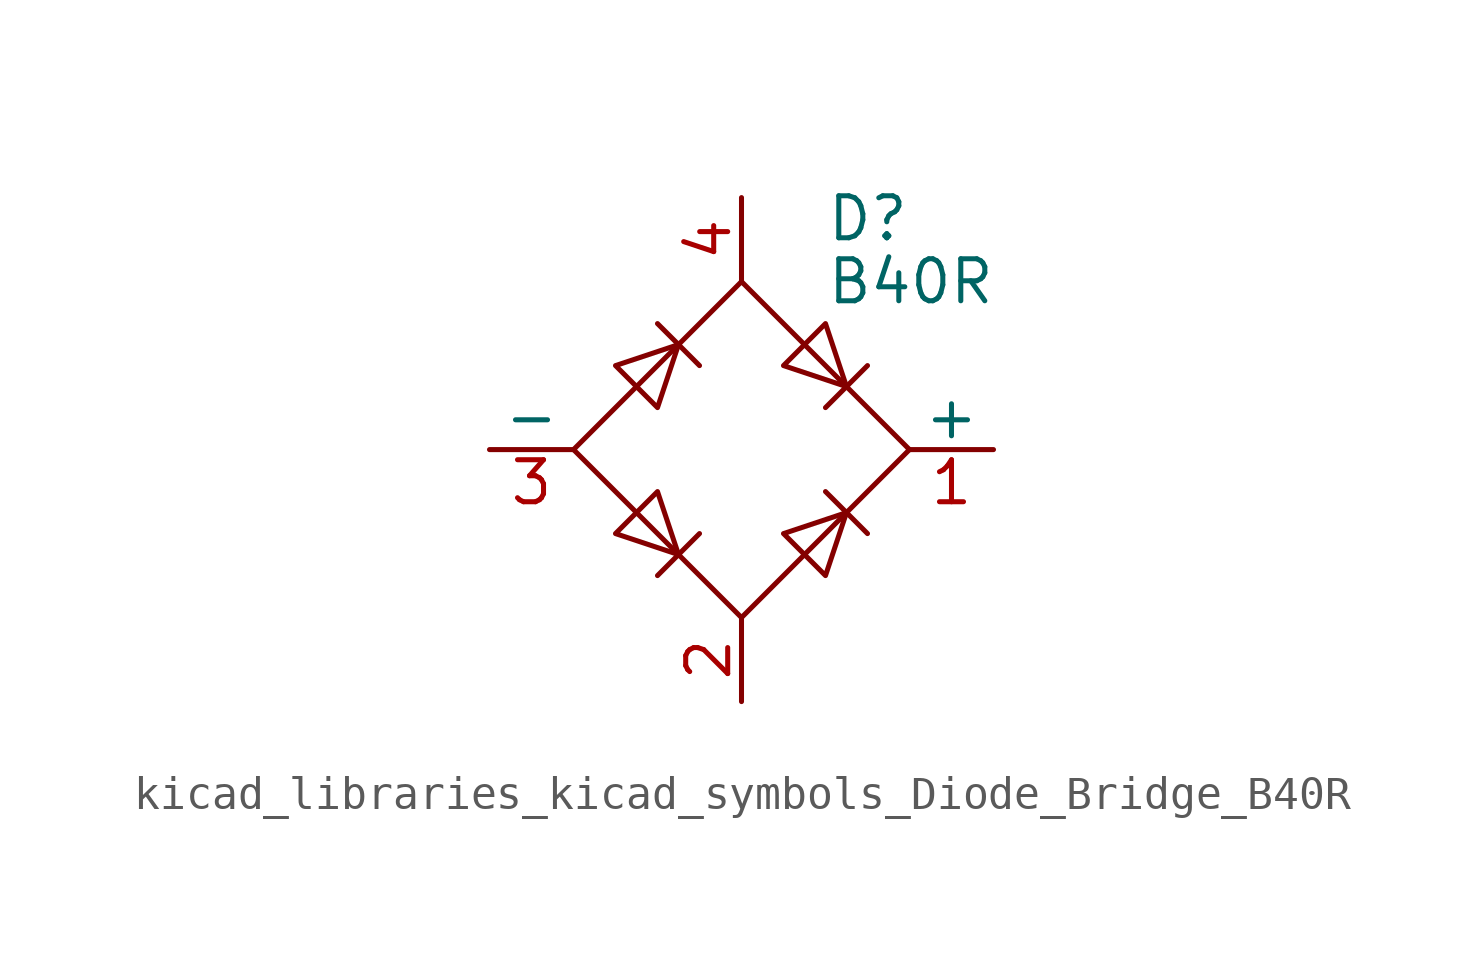
<source format=kicad_sym>
(kicad_symbol_lib
  (version 20220914)
  (generator kicad_symbol_editor)
  (symbol "kicad_libraries_kicad_symbols_Diode_Bridge_B40R"
    (pin_names
      (offset 0))
    (property "Reference" "D"
      (at 2.54 6.985 0)
      (effects (font (size 1.27 1.27)) (justify left)))
    (property "Value" "B40R"
      (at 2.54 5.08 0)
      (effects (font (size 1.27 1.27)) (justify left)))
    (symbol "kicad_libraries_kicad_symbols_Diode_Bridge_B40R_0_1"
      (polyline (pts (xy -2.54 3.81) (xy -1.27 2.54)) (stroke (width 0) (type default)) (fill (type none)))
      (polyline (pts (xy -1.27 -2.54) (xy -2.54 -3.81)) (stroke (width 0) (type default)) (fill (type none)))
      (polyline (pts (xy 2.54 -1.27) (xy 3.81 -2.54)) (stroke (width 0) (type default)) (fill (type none)))
      (polyline (pts (xy 2.54 1.27) (xy 3.81 2.54)) (stroke (width 0) (type default)) (fill (type none)))
      (polyline (pts (xy -3.81 2.54) (xy -2.54 1.27) (xy -1.905 3.175) (xy -3.81 2.54)) (stroke (width 0) (type default)) (fill (type none)))
      (polyline (pts (xy -2.54 -1.27) (xy -3.81 -2.54) (xy -1.905 -3.175) (xy -2.54 -1.27)) (stroke (width 0) (type default)) (fill (type none)))
      (polyline (pts (xy 1.27 2.54) (xy 2.54 3.81) (xy 3.175 1.905) (xy 1.27 2.54)) (stroke (width 0) (type default)) (fill (type none)))
      (polyline (pts (xy 3.175 -1.905) (xy 1.27 -2.54) (xy 2.54 -3.81) (xy 3.175 -1.905)) (stroke (width 0) (type default)) (fill (type none)))
      (polyline (pts (xy -5.08 0) (xy 0 -5.08) (xy 5.08 0) (xy 0 5.08) (xy -5.08 0)) (stroke (width 0) (type default)) (fill (type none))))
    (symbol "kicad_libraries_kicad_symbols_Diode_Bridge_B40R_1_1"
      (pin passive line (at 7.62 0 180) (length 2.54) (name "+" (effects (font (size 1.27 1.27)))) (number "1" (effects (font (size 1.27 1.27)))))
      (pin passive line (at 0 -7.62 90) (length 2.54) (name "~" (effects (font (size 1.27 1.27)))) (number "2" (effects (font (size 1.27 1.27)))))
      (pin passive line (at -7.62 0 0) (length 2.54) (name "-" (effects (font (size 1.27 1.27)))) (number "3" (effects (font (size 1.27 1.27)))))
      (pin passive line (at 0 7.62 270) (length 2.54) (name "~" (effects (font (size 1.27 1.27)))) (number "4" (effects (font (size 1.27 1.27))))))))
</source>
